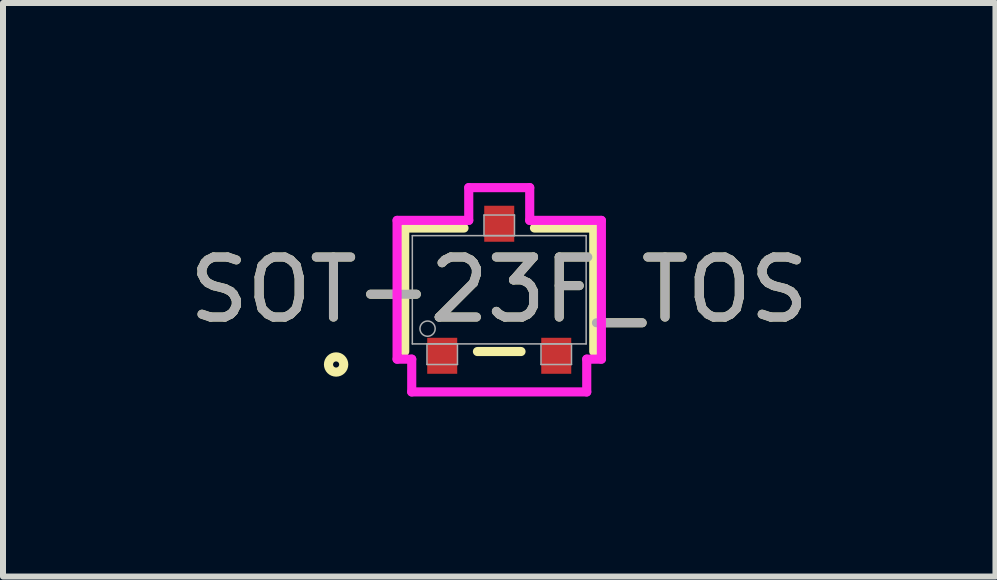
<source format=kicad_pcb>
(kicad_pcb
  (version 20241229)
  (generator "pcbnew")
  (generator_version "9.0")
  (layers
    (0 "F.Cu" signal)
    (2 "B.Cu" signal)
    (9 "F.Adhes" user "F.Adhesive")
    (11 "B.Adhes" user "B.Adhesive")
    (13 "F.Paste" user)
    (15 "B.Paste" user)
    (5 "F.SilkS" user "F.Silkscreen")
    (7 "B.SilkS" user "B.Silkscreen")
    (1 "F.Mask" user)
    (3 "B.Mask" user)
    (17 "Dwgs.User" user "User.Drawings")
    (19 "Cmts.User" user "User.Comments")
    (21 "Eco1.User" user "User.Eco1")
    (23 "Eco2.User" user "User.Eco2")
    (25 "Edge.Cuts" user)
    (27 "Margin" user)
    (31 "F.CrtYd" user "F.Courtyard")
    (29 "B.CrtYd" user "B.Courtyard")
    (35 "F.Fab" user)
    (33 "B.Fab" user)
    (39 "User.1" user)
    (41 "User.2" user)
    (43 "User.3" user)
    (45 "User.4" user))
  (footprint "SOT-23F_TOS"
    (layer "F.Cu")
    (at 5.268 1.778)
    (property "Reference" "SOT-23F_TOS" (at 0 0 0) (unlocked yes) (layer "F.SilkS") (effects (font (size 1 1) (thickness 0.15))))
    (attr smd)
    (fp_line (start -1.575 -1.029) (end -1.575 1.029) (stroke (width 0.152) (type solid)) (layer "F.SilkS"))
    (fp_line (start -0.587 -1.029) (end -1.575 -1.029) (stroke (width 0.152) (type solid)) (layer "F.SilkS"))
    (fp_line (start -0.363 1.029) (end 0.363 1.029) (stroke (width 0.152) (type solid)) (layer "F.SilkS"))
    (fp_line (start 1.575 -1.029) (end 0.587 -1.029) (stroke (width 0.152) (type solid)) (layer "F.SilkS"))
    (fp_line (start 1.575 1.029) (end 1.575 -1.029) (stroke (width 0.152) (type solid)) (layer "F.SilkS"))
    (fp_circle (center -2.718 1.245) (end -2.591 1.245) (stroke (width 0.152) (type solid)) (fill no) (layer "F.SilkS"))
    (fp_line (start -1.702 -1.156) (end -0.508 -1.156) (stroke (width 0.152) (type solid)) (layer "F.CrtYd"))
    (fp_line (start -1.702 1.156) (end -1.702 -1.156) (stroke (width 0.152) (type solid)) (layer "F.CrtYd"))
    (fp_line (start -1.702 1.156) (end -1.458 1.156) (stroke (width 0.152) (type solid)) (layer "F.CrtYd"))
    (fp_line (start -1.458 1.156) (end -1.458 1.702) (stroke (width 0.152) (type solid)) (layer "F.CrtYd"))
    (fp_line (start -1.458 1.702) (end 1.458 1.702) (stroke (width 0.152) (type solid)) (layer "F.CrtYd"))
    (fp_line (start -0.508 -1.702) (end 0.508 -1.702) (stroke (width 0.152) (type solid)) (layer "F.CrtYd"))
    (fp_line (start -0.508 -1.156) (end -0.508 -1.702) (stroke (width 0.152) (type solid)) (layer "F.CrtYd"))
    (fp_line (start 0.508 -1.156) (end 0.508 -1.702) (stroke (width 0.152) (type solid)) (layer "F.CrtYd"))
    (fp_line (start 1.458 1.156) (end 1.458 1.702) (stroke (width 0.152) (type solid)) (layer "F.CrtYd"))
    (fp_line (start 1.702 -1.156) (end 0.508 -1.156) (stroke (width 0.152) (type solid)) (layer "F.CrtYd"))
    (fp_line (start 1.702 -1.156) (end 1.702 1.156) (stroke (width 0.152) (type solid)) (layer "F.CrtYd"))
    (fp_line (start 1.702 1.156) (end 1.458 1.156) (stroke (width 0.152) (type solid)) (layer "F.CrtYd"))
    (fp_line (start -1.448 -0.902) (end -1.448 0.902) (stroke (width 0.025) (type solid)) (layer "F.Fab"))
    (fp_line (start -1.448 0.902) (end 1.448 0.902) (stroke (width 0.025) (type solid)) (layer "F.Fab"))
    (fp_line (start -1.204 0.902) (end -1.204 1.245) (stroke (width 0.025) (type solid)) (layer "F.Fab"))
    (fp_line (start -1.204 1.245) (end -0.696 1.245) (stroke (width 0.025) (type solid)) (layer "F.Fab"))
    (fp_line (start -0.696 0.902) (end -1.204 0.902) (stroke (width 0.025) (type solid)) (layer "F.Fab"))
    (fp_line (start -0.696 1.245) (end -0.696 0.902) (stroke (width 0.025) (type solid)) (layer "F.Fab"))
    (fp_line (start -0.254 -1.245) (end -0.254 -0.902) (stroke (width 0.025) (type solid)) (layer "F.Fab"))
    (fp_line (start -0.254 -0.902) (end 0.254 -0.902) (stroke (width 0.025) (type solid)) (layer "F.Fab"))
    (fp_line (start 0.254 -1.245) (end -0.254 -1.245) (stroke (width 0.025) (type solid)) (layer "F.Fab"))
    (fp_line (start 0.254 -0.902) (end 0.254 -1.245) (stroke (width 0.025) (type solid)) (layer "F.Fab"))
    (fp_line (start 0.696 0.902) (end 0.696 1.245) (stroke (width 0.025) (type solid)) (layer "F.Fab"))
    (fp_line (start 0.696 1.245) (end 1.204 1.245) (stroke (width 0.025) (type solid)) (layer "F.Fab"))
    (fp_line (start 1.204 0.902) (end 0.696 0.902) (stroke (width 0.025) (type solid)) (layer "F.Fab"))
    (fp_line (start 1.204 1.245) (end 1.204 0.902) (stroke (width 0.025) (type solid)) (layer "F.Fab"))
    (fp_line (start 1.448 -0.902) (end -1.448 -0.902) (stroke (width 0.025) (type solid)) (layer "F.Fab"))
    (fp_line (start 1.448 0.902) (end 1.448 -0.902) (stroke (width 0.025) (type solid)) (layer "F.Fab"))
    (fp_circle (center -1.194 0.648) (end -1.067 0.648) (stroke (width 0.025) (type solid)) (fill no) (layer "F.Fab"))
    (fp_text user "${REFERENCE}" (at 0 0 0) (unlocked yes) (layer "F.Fab") (effects (font (size 1 1) (thickness 0.15))))
    (pad "1" smd rect (at -0.95 1.1) (size 0.5 0.6) (layers "F.Cu" "F.Mask" "F.Paste"))
    (pad "2" smd rect (at 0.95 1.1) (size 0.5 0.6) (layers "F.Cu" "F.Mask" "F.Paste"))
    (pad "3" smd rect (at 0 -1.1) (size 0.5 0.6) (layers "F.Cu" "F.Mask" "F.Paste")))
  (gr_rect
    (start -3 -3)
    (end 13.536 6.556)
    (stroke (width 0.1) (type default))
    (fill no)
    (layer "Edge.Cuts")))
</source>
